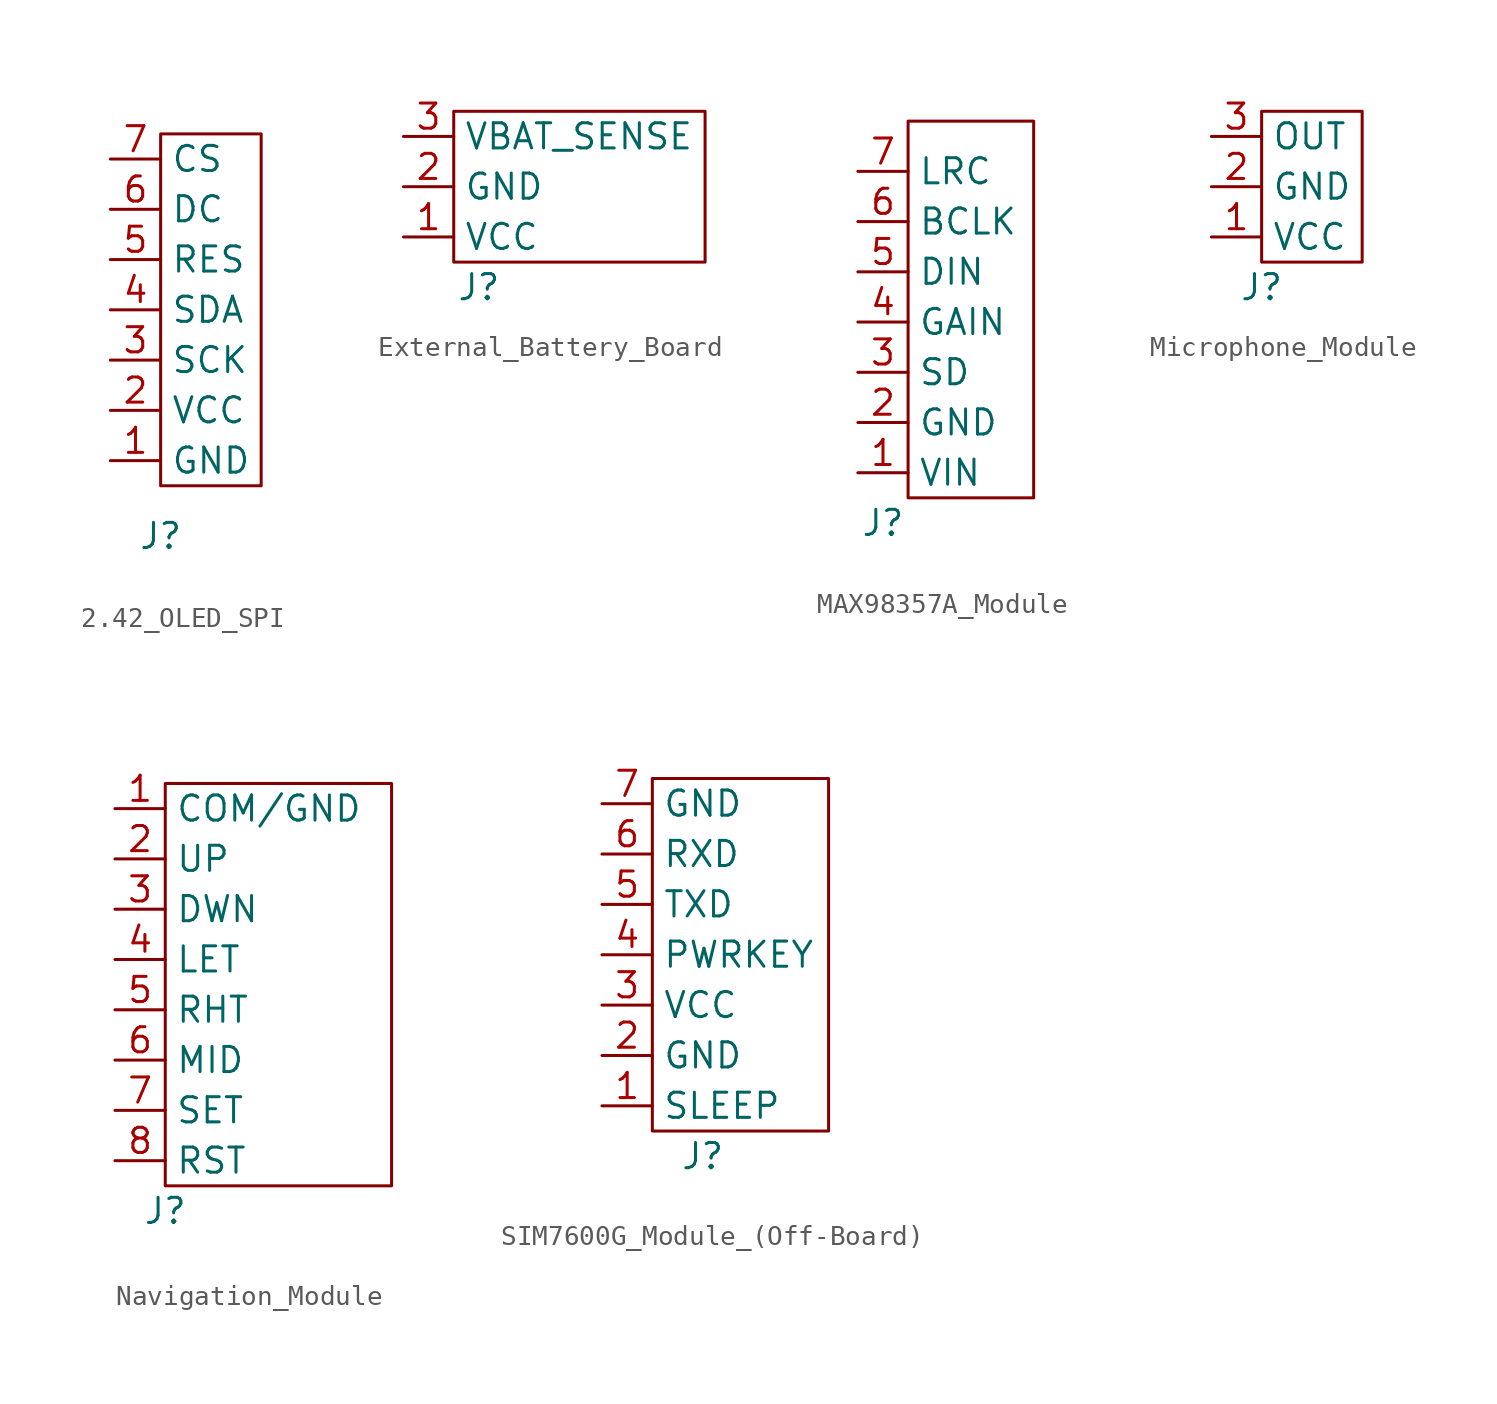
<source format=kicad_sym>
(kicad_symbol_lib
  (version 20241209)
  (generator "kicad_symbol_editor")
  (generator_version "9.0")
  (symbol "2.42_OLED_SPI"
    (property "Reference" "J"
      (at 0 0 0)
      (effects (font (size 1.27 1.27))))
    (property "Value" ""
      (at 0 0 0)
      (effects (font (size 1.27 1.27))))
    (symbol "2.42_OLED_SPI_0_1"
      (rectangle (start 0 2.54) (end 5.08 20.32) (stroke (width 0) (type default)) (fill (type none))))
    (symbol "2.42_OLED_SPI_1_1"
      (pin input line (at -2.54 19.05 0) (length 2.54) (name "CS" (effects (font (size 1.27 1.27)))) (number "7" (effects (font (size 1.27 1.27)))))
      (pin input line (at -2.54 16.51 0) (length 2.54) (name "DC" (effects (font (size 1.27 1.27)))) (number "6" (effects (font (size 1.27 1.27)))))
      (pin input line (at -2.54 13.97 0) (length 2.54) (name "RES" (effects (font (size 1.27 1.27)))) (number "5" (effects (font (size 1.27 1.27)))))
      (pin input line (at -2.54 11.43 0) (length 2.54) (name "SDA" (effects (font (size 1.27 1.27)))) (number "4" (effects (font (size 1.27 1.27)))))
      (pin input line (at -2.54 8.89 0) (length 2.54) (name "SCK" (effects (font (size 1.27 1.27)))) (number "3" (effects (font (size 1.27 1.27)))))
      (pin power_in line (at -2.54 6.35 0) (length 2.54) (name "VCC" (effects (font (size 1.27 1.27)))) (number "2" (effects (font (size 1.27 1.27)))))
      (pin power_in line (at -2.54 3.81 0) (length 2.54) (name "GND" (effects (font (size 1.27 1.27)))) (number "1" (effects (font (size 1.27 1.27)))))))
  (symbol "External_Battery_Board"
    (property "Reference" "J"
      (at 0 0 0)
      (effects (font (size 1.27 1.27))))
    (property "Value" ""
      (at 0 0 0)
      (effects (font (size 1.27 1.27))))
    (symbol "External_Battery_Board_0_1"
      (rectangle (start -1.27 8.89) (end 11.43 1.27) (stroke (width 0) (type default)) (fill (type none))))
    (symbol "External_Battery_Board_1_1"
      (pin input line (at -3.81 7.62 0) (length 2.54) (name "VBAT_SENSE" (effects (font (size 1.27 1.27)))) (number "3" (effects (font (size 1.27 1.27)))))
      (pin power_in line (at -3.81 5.08 0) (length 2.54) (name "GND" (effects (font (size 1.27 1.27)))) (number "2" (effects (font (size 1.27 1.27)))))
      (pin power_in line (at -3.81 2.54 0) (length 2.54) (name "VCC" (effects (font (size 1.27 1.27)))) (number "1" (effects (font (size 1.27 1.27)))))))
  (symbol "MAX98357A_Module"
    (property "Reference" "J"
      (at 0 0 0)
      (effects (font (size 1.27 1.27))))
    (property "Value" ""
      (at 0 0 0)
      (effects (font (size 1.27 1.27))))
    (symbol "MAX98357A_Module_0_1"
      (rectangle (start 1.27 1.27) (end 7.62 20.32) (stroke (width 0) (type default)) (fill (type none))))
    (symbol "MAX98357A_Module_1_1"
      (pin input line (at -1.27 17.78 0) (length 2.54) (name "LRC" (effects (font (size 1.27 1.27)))) (number "7" (effects (font (size 1.27 1.27)))))
      (pin input line (at -1.27 15.24 0) (length 2.54) (name "BCLK" (effects (font (size 1.27 1.27)))) (number "6" (effects (font (size 1.27 1.27)))))
      (pin input line (at -1.27 12.7 0) (length 2.54) (name "DIN" (effects (font (size 1.27 1.27)))) (number "5" (effects (font (size 1.27 1.27)))))
      (pin input line (at -1.27 10.16 0) (length 2.54) (name "GAIN" (effects (font (size 1.27 1.27)))) (number "4" (effects (font (size 1.27 1.27)))))
      (pin input line (at -1.27 7.62 0) (length 2.54) (name "SD" (effects (font (size 1.27 1.27)))) (number "3" (effects (font (size 1.27 1.27)))))
      (pin power_in line (at -1.27 5.08 0) (length 2.54) (name "GND" (effects (font (size 1.27 1.27)))) (number "2" (effects (font (size 1.27 1.27)))))
      (pin power_in line (at -1.27 2.54 0) (length 2.54) (name "VIN" (effects (font (size 1.27 1.27)))) (number "1" (effects (font (size 1.27 1.27)))))))
  (symbol "Microphone_Module"
    (property "Reference" "J"
      (at 0 0 0)
      (effects (font (size 1.27 1.27))))
    (property "Value" ""
      (at 0 0 0)
      (effects (font (size 1.27 1.27))))
    (symbol "Microphone_Module_0_1"
      (rectangle (start 0 1.27) (end 5.08 8.89) (stroke (width 0) (type default)) (fill (type none))))
    (symbol "Microphone_Module_1_1"
      (pin output line (at -2.54 7.62 0) (length 2.54) (name "OUT" (effects (font (size 1.27 1.27)))) (number "3" (effects (font (size 1.27 1.27)))))
      (pin power_in line (at -2.54 5.08 0) (length 2.54) (name "GND" (effects (font (size 1.27 1.27)))) (number "2" (effects (font (size 1.27 1.27)))))
      (pin power_in line (at -2.54 2.54 0) (length 2.54) (name "VCC" (effects (font (size 1.27 1.27)))) (number "1" (effects (font (size 1.27 1.27)))))))
  (symbol "Navigation_Module"
    (property "Reference" "J"
      (at 0 0 0)
      (effects (font (size 1.27 1.27))))
    (property "Value" ""
      (at 0 0 0)
      (effects (font (size 1.27 1.27))))
    (symbol "Navigation_Module_0_1"
      (rectangle (start 0 1.27) (end 11.43 21.59) (stroke (width 0) (type default)) (fill (type none))))
    (symbol "Navigation_Module_1_1"
      (pin power_in line (at -2.54 20.32 0) (length 2.54) (name "COM/GND" (effects (font (size 1.27 1.27)))) (number "1" (effects (font (size 1.27 1.27)))))
      (pin output line (at -2.54 17.78 0) (length 2.54) (name "UP" (effects (font (size 1.27 1.27)))) (number "2" (effects (font (size 1.27 1.27)))))
      (pin output line (at -2.54 15.24 0) (length 2.54) (name "DWN" (effects (font (size 1.27 1.27)))) (number "3" (effects (font (size 1.27 1.27)))))
      (pin output line (at -2.54 12.7 0) (length 2.54) (name "LET" (effects (font (size 1.27 1.27)))) (number "4" (effects (font (size 1.27 1.27)))))
      (pin output line (at -2.54 10.16 0) (length 2.54) (name "RHT" (effects (font (size 1.27 1.27)))) (number "5" (effects (font (size 1.27 1.27)))))
      (pin output line (at -2.54 7.62 0) (length 2.54) (name "MID" (effects (font (size 1.27 1.27)))) (number "6" (effects (font (size 1.27 1.27)))))
      (pin output line (at -2.54 5.08 0) (length 2.54) (name "SET" (effects (font (size 1.27 1.27)))) (number "7" (effects (font (size 1.27 1.27)))))
      (pin output line (at -2.54 2.54 0) (length 2.54) (name "RST" (effects (font (size 1.27 1.27)))) (number "8" (effects (font (size 1.27 1.27)))))))
  (symbol "SIM7600G_Module_(Off-Board)"
    (property "Reference" "J"
      (at 0 0 0)
      (effects (font (size 1.27 1.27))))
    (property "Value" ""
      (at 0 0 0)
      (effects (font (size 1.27 1.27))))
    (symbol "SIM7600G_Module_(Off-Board)_0_1"
      (rectangle (start -2.54 19.05) (end 6.35 1.27) (stroke (width 0) (type default)) (fill (type none))))
    (symbol "SIM7600G_Module_(Off-Board)_1_1"
      (pin power_in line (at -5.08 17.78 0) (length 2.54) (name "GND" (effects (font (size 1.27 1.27)))) (number "7" (effects (font (size 1.27 1.27)))))
      (pin input line (at -5.08 15.24 0) (length 2.54) (name "RXD" (effects (font (size 1.27 1.27)))) (number "6" (effects (font (size 1.27 1.27)))))
      (pin output line (at -5.08 12.7 0) (length 2.54) (name "TXD" (effects (font (size 1.27 1.27)))) (number "5" (effects (font (size 1.27 1.27)))))
      (pin input line (at -5.08 10.16 0) (length 2.54) (name "PWRKEY" (effects (font (size 1.27 1.27)))) (number "4" (effects (font (size 1.27 1.27)))))
      (pin power_in line (at -5.08 7.62 0) (length 2.54) (name "VCC" (effects (font (size 1.27 1.27)))) (number "3" (effects (font (size 1.27 1.27)))))
      (pin power_in line (at -5.08 5.08 0) (length 2.54) (name "GND" (effects (font (size 1.27 1.27)))) (number "2" (effects (font (size 1.27 1.27)))))
      (pin input line (at -5.08 2.54 0) (length 2.54) (name "SLEEP" (effects (font (size 1.27 1.27)))) (number "1" (effects (font (size 1.27 1.27))))))))
</source>
